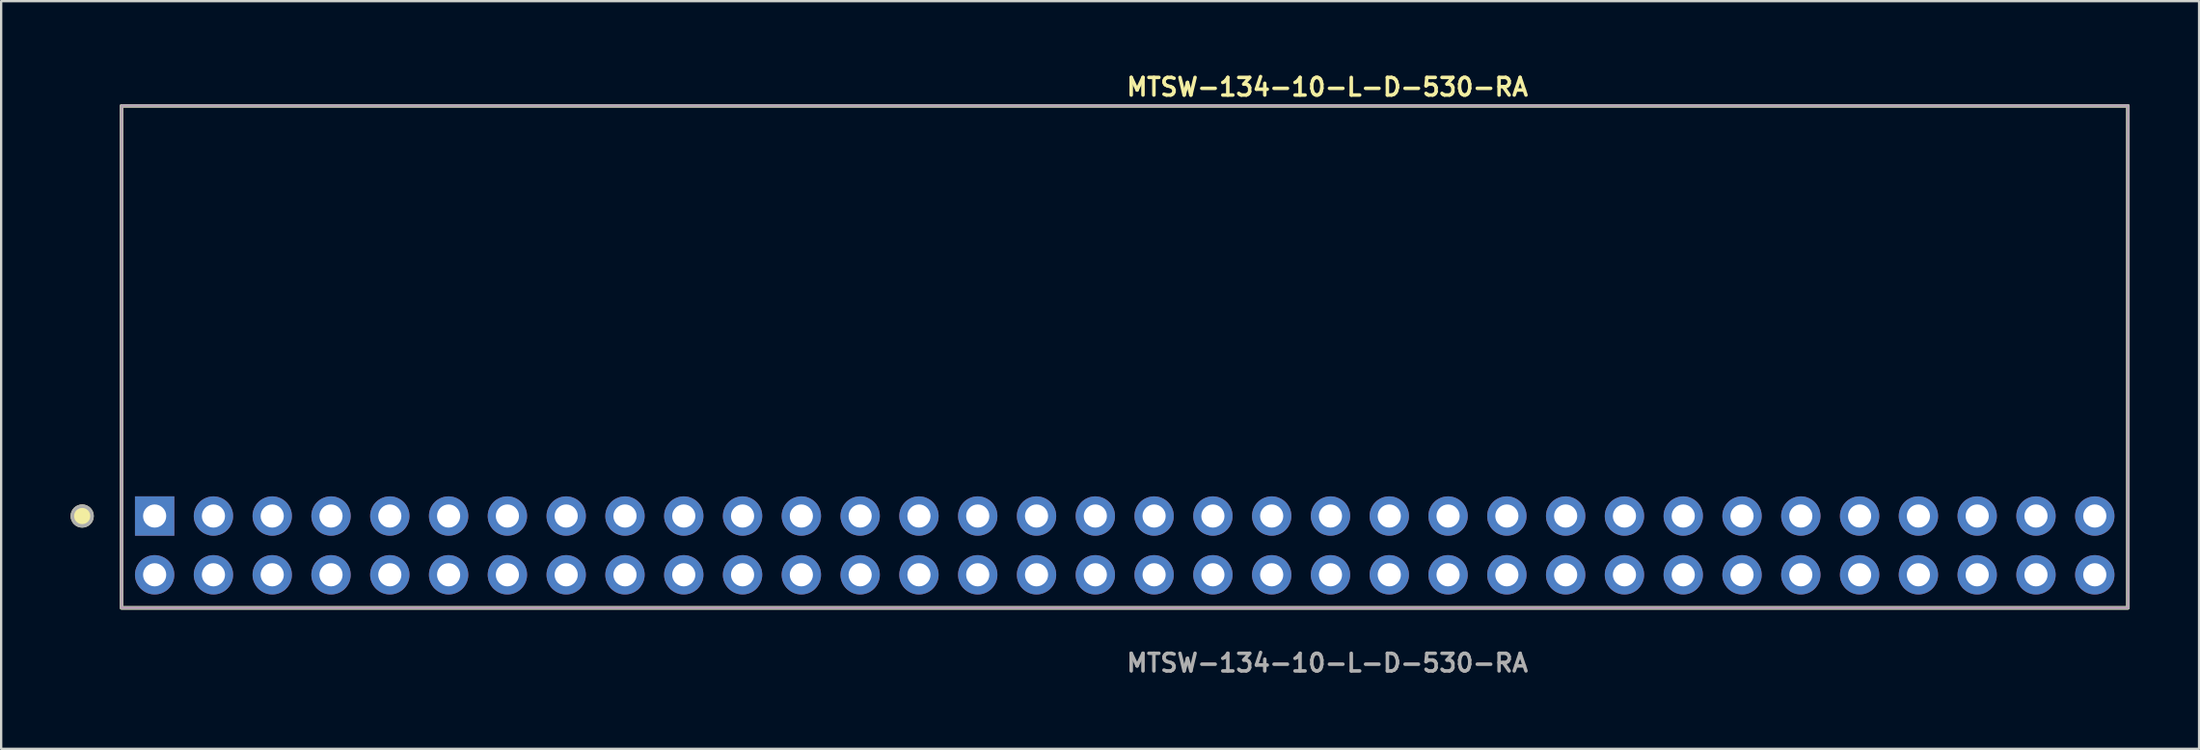
<source format=kicad_pcb>
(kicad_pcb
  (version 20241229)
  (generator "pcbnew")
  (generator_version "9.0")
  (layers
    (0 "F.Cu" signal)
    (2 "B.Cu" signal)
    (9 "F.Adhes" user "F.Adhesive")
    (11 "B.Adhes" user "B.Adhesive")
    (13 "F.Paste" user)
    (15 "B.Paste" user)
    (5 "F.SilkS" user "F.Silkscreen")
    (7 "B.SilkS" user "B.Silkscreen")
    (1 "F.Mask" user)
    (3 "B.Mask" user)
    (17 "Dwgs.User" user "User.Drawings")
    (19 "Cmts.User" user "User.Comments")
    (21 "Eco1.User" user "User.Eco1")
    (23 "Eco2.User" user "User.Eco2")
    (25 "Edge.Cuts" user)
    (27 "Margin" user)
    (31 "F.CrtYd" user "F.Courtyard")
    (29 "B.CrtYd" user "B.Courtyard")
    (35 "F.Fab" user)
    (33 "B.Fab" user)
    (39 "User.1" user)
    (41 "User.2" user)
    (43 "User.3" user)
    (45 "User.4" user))
  (footprint "MTSW-134-10-L-D-530-RA"
    (layer "F.Cu")
    (at 45.541 20.525)
    (property "Reference" "MTSW-134-10-L-D-530-RA" (at 0 -19.812 0) (unlocked yes) (layer "F.SilkS") (effects (font (size 0.762 0.762) (thickness 0.152)) (justify left)))
    (fp_rect (start -43.34 2.7) (end 43.34 -19) (stroke (width 0.152) (type solid)) (fill no) (layer "F.SilkS"))
    (fp_circle (center -45.04 -1.27) (end -45.465 -1.27) (stroke (width 0.152) (type solid)) (fill yes) (layer "F.SilkS"))
    (fp_rect (start -43.34 2.7) (end 43.34 -19) (stroke (width 0.006) (type solid)) (fill no) (layer "F.CrtYd"))
    (fp_rect (start -43.34 2.7) (end 43.34 -19) (stroke (width 0.152) (type solid)) (fill no) (layer "F.Fab"))
    (fp_circle (center -45.04 -1.27) (end -45.465 -1.27) (stroke (width 0.152) (type solid)) (fill no) (layer "F.Fab"))
    (fp_text user "${REFERENCE}" (at 0 5.08 0) (unlocked yes) (layer "F.Fab") (effects (font (size 0.762 0.762) (thickness 0.152)) (justify left)))
    (pad "1" thru_hole rect (at -41.91 -1.27) (size 1.7 1.7) (drill 1) (layers "*.Cu" "*.Mask"))
    (pad "2" thru_hole circle (at -41.91 1.27) (size 1.7 1.7) (drill 1) (layers "*.Cu" "*.Mask"))
    (pad "3" thru_hole circle (at -39.37 -1.27) (size 1.7 1.7) (drill 1) (layers "*.Cu" "*.Mask"))
    (pad "4" thru_hole circle (at -39.37 1.27) (size 1.7 1.7) (drill 1) (layers "*.Cu" "*.Mask"))
    (pad "5" thru_hole circle (at -36.83 -1.27) (size 1.7 1.7) (drill 1) (layers "*.Cu" "*.Mask"))
    (pad "6" thru_hole circle (at -36.83 1.27) (size 1.7 1.7) (drill 1) (layers "*.Cu" "*.Mask"))
    (pad "7" thru_hole circle (at -34.29 -1.27) (size 1.7 1.7) (drill 1) (layers "*.Cu" "*.Mask"))
    (pad "8" thru_hole circle (at -34.29 1.27) (size 1.7 1.7) (drill 1) (layers "*.Cu" "*.Mask"))
    (pad "9" thru_hole circle (at -31.75 -1.27) (size 1.7 1.7) (drill 1) (layers "*.Cu" "*.Mask"))
    (pad "10" thru_hole circle (at -31.75 1.27) (size 1.7 1.7) (drill 1) (layers "*.Cu" "*.Mask"))
    (pad "11" thru_hole circle (at -29.21 -1.27) (size 1.7 1.7) (drill 1) (layers "*.Cu" "*.Mask"))
    (pad "12" thru_hole circle (at -29.21 1.27) (size 1.7 1.7) (drill 1) (layers "*.Cu" "*.Mask"))
    (pad "13" thru_hole circle (at -26.67 -1.27) (size 1.7 1.7) (drill 1) (layers "*.Cu" "*.Mask"))
    (pad "14" thru_hole circle (at -26.67 1.27) (size 1.7 1.7) (drill 1) (layers "*.Cu" "*.Mask"))
    (pad "15" thru_hole circle (at -24.13 -1.27) (size 1.7 1.7) (drill 1) (layers "*.Cu" "*.Mask"))
    (pad "16" thru_hole circle (at -24.13 1.27) (size 1.7 1.7) (drill 1) (layers "*.Cu" "*.Mask"))
    (pad "17" thru_hole circle (at -21.59 -1.27) (size 1.7 1.7) (drill 1) (layers "*.Cu" "*.Mask"))
    (pad "18" thru_hole circle (at -21.59 1.27) (size 1.7 1.7) (drill 1) (layers "*.Cu" "*.Mask"))
    (pad "19" thru_hole circle (at -19.05 -1.27) (size 1.7 1.7) (drill 1) (layers "*.Cu" "*.Mask"))
    (pad "20" thru_hole circle (at -19.05 1.27) (size 1.7 1.7) (drill 1) (layers "*.Cu" "*.Mask"))
    (pad "21" thru_hole circle (at -16.51 -1.27) (size 1.7 1.7) (drill 1) (layers "*.Cu" "*.Mask"))
    (pad "22" thru_hole circle (at -16.51 1.27) (size 1.7 1.7) (drill 1) (layers "*.Cu" "*.Mask"))
    (pad "23" thru_hole circle (at -13.97 -1.27) (size 1.7 1.7) (drill 1) (layers "*.Cu" "*.Mask"))
    (pad "24" thru_hole circle (at -13.97 1.27) (size 1.7 1.7) (drill 1) (layers "*.Cu" "*.Mask"))
    (pad "25" thru_hole circle (at -11.43 -1.27) (size 1.7 1.7) (drill 1) (layers "*.Cu" "*.Mask"))
    (pad "26" thru_hole circle (at -11.43 1.27) (size 1.7 1.7) (drill 1) (layers "*.Cu" "*.Mask"))
    (pad "27" thru_hole circle (at -8.89 -1.27) (size 1.7 1.7) (drill 1) (layers "*.Cu" "*.Mask"))
    (pad "28" thru_hole circle (at -8.89 1.27) (size 1.7 1.7) (drill 1) (layers "*.Cu" "*.Mask"))
    (pad "29" thru_hole circle (at -6.35 -1.27) (size 1.7 1.7) (drill 1) (layers "*.Cu" "*.Mask"))
    (pad "30" thru_hole circle (at -6.35 1.27) (size 1.7 1.7) (drill 1) (layers "*.Cu" "*.Mask"))
    (pad "31" thru_hole circle (at -3.81 -1.27) (size 1.7 1.7) (drill 1) (layers "*.Cu" "*.Mask"))
    (pad "32" thru_hole circle (at -3.81 1.27) (size 1.7 1.7) (drill 1) (layers "*.Cu" "*.Mask"))
    (pad "33" thru_hole circle (at -1.27 -1.27) (size 1.7 1.7) (drill 1) (layers "*.Cu" "*.Mask"))
    (pad "34" thru_hole circle (at -1.27 1.27) (size 1.7 1.7) (drill 1) (layers "*.Cu" "*.Mask"))
    (pad "35" thru_hole circle (at 1.27 -1.27) (size 1.7 1.7) (drill 1) (layers "*.Cu" "*.Mask"))
    (pad "36" thru_hole circle (at 1.27 1.27) (size 1.7 1.7) (drill 1) (layers "*.Cu" "*.Mask"))
    (pad "37" thru_hole circle (at 3.81 -1.27) (size 1.7 1.7) (drill 1) (layers "*.Cu" "*.Mask"))
    (pad "38" thru_hole circle (at 3.81 1.27) (size 1.7 1.7) (drill 1) (layers "*.Cu" "*.Mask"))
    (pad "39" thru_hole circle (at 6.35 -1.27) (size 1.7 1.7) (drill 1) (layers "*.Cu" "*.Mask"))
    (pad "40" thru_hole circle (at 6.35 1.27) (size 1.7 1.7) (drill 1) (layers "*.Cu" "*.Mask"))
    (pad "41" thru_hole circle (at 8.89 -1.27) (size 1.7 1.7) (drill 1) (layers "*.Cu" "*.Mask"))
    (pad "42" thru_hole circle (at 8.89 1.27) (size 1.7 1.7) (drill 1) (layers "*.Cu" "*.Mask"))
    (pad "43" thru_hole circle (at 11.43 -1.27) (size 1.7 1.7) (drill 1) (layers "*.Cu" "*.Mask"))
    (pad "44" thru_hole circle (at 11.43 1.27) (size 1.7 1.7) (drill 1) (layers "*.Cu" "*.Mask"))
    (pad "45" thru_hole circle (at 13.97 -1.27) (size 1.7 1.7) (drill 1) (layers "*.Cu" "*.Mask"))
    (pad "46" thru_hole circle (at 13.97 1.27) (size 1.7 1.7) (drill 1) (layers "*.Cu" "*.Mask"))
    (pad "47" thru_hole circle (at 16.51 -1.27) (size 1.7 1.7) (drill 1) (layers "*.Cu" "*.Mask"))
    (pad "48" thru_hole circle (at 16.51 1.27) (size 1.7 1.7) (drill 1) (layers "*.Cu" "*.Mask"))
    (pad "49" thru_hole circle (at 19.05 -1.27) (size 1.7 1.7) (drill 1) (layers "*.Cu" "*.Mask"))
    (pad "50" thru_hole circle (at 19.05 1.27) (size 1.7 1.7) (drill 1) (layers "*.Cu" "*.Mask"))
    (pad "51" thru_hole circle (at 21.59 -1.27) (size 1.7 1.7) (drill 1) (layers "*.Cu" "*.Mask"))
    (pad "52" thru_hole circle (at 21.59 1.27) (size 1.7 1.7) (drill 1) (layers "*.Cu" "*.Mask"))
    (pad "53" thru_hole circle (at 24.13 -1.27) (size 1.7 1.7) (drill 1) (layers "*.Cu" "*.Mask"))
    (pad "54" thru_hole circle (at 24.13 1.27) (size 1.7 1.7) (drill 1) (layers "*.Cu" "*.Mask"))
    (pad "55" thru_hole circle (at 26.67 -1.27) (size 1.7 1.7) (drill 1) (layers "*.Cu" "*.Mask"))
    (pad "56" thru_hole circle (at 26.67 1.27) (size 1.7 1.7) (drill 1) (layers "*.Cu" "*.Mask"))
    (pad "57" thru_hole circle (at 29.21 -1.27) (size 1.7 1.7) (drill 1) (layers "*.Cu" "*.Mask"))
    (pad "58" thru_hole circle (at 29.21 1.27) (size 1.7 1.7) (drill 1) (layers "*.Cu" "*.Mask"))
    (pad "59" thru_hole circle (at 31.75 -1.27) (size 1.7 1.7) (drill 1) (layers "*.Cu" "*.Mask"))
    (pad "60" thru_hole circle (at 31.75 1.27) (size 1.7 1.7) (drill 1) (layers "*.Cu" "*.Mask"))
    (pad "61" thru_hole circle (at 34.29 -1.27) (size 1.7 1.7) (drill 1) (layers "*.Cu" "*.Mask"))
    (pad "62" thru_hole circle (at 34.29 1.27) (size 1.7 1.7) (drill 1) (layers "*.Cu" "*.Mask"))
    (pad "63" thru_hole circle (at 36.83 -1.27) (size 1.7 1.7) (drill 1) (layers "*.Cu" "*.Mask"))
    (pad "64" thru_hole circle (at 36.83 1.27) (size 1.7 1.7) (drill 1) (layers "*.Cu" "*.Mask"))
    (pad "65" thru_hole circle (at 39.37 -1.27) (size 1.7 1.7) (drill 1) (layers "*.Cu" "*.Mask"))
    (pad "66" thru_hole circle (at 39.37 1.27) (size 1.7 1.7) (drill 1) (layers "*.Cu" "*.Mask"))
    (pad "67" thru_hole circle (at 41.91 -1.27) (size 1.7 1.7) (drill 1) (layers "*.Cu" "*.Mask"))
    (pad "68" thru_hole circle (at 41.91 1.27) (size 1.7 1.7) (drill 1) (layers "*.Cu" "*.Mask")))
  (gr_rect
    (start -3 -3)
    (end 91.957 29.318)
    (stroke (width 0.1) (type default))
    (fill no)
    (layer "Edge.Cuts")))
</source>
